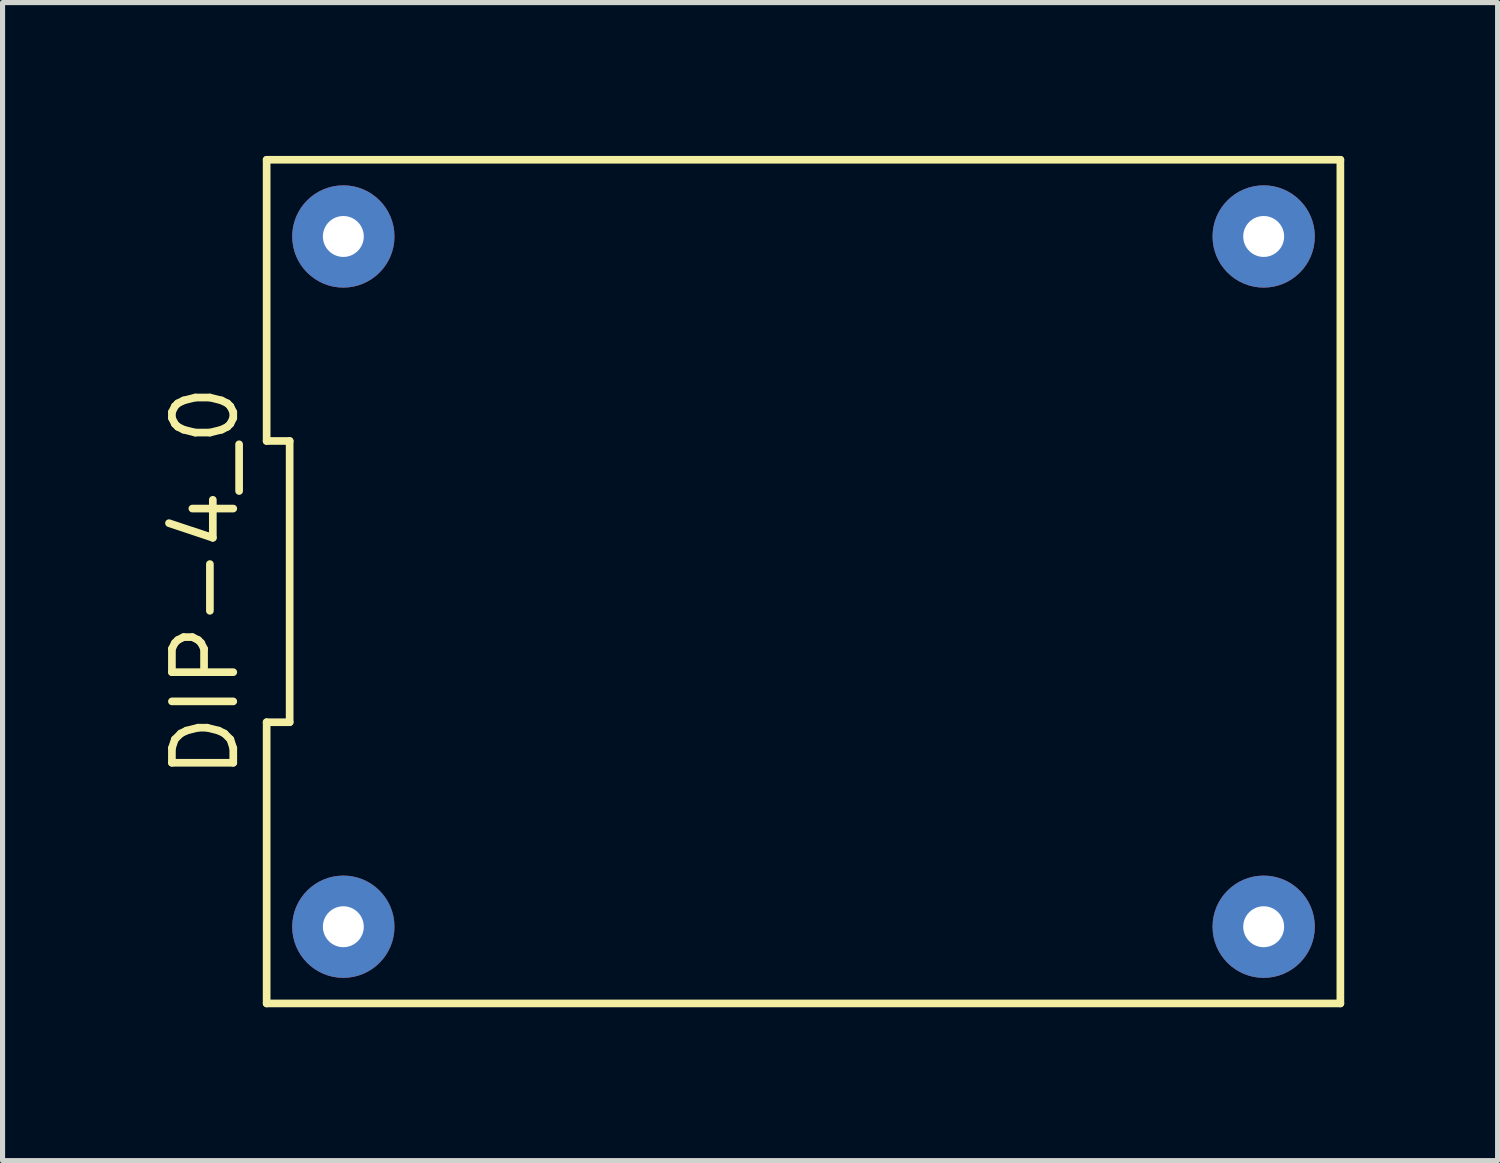
<source format=kicad_pcb>
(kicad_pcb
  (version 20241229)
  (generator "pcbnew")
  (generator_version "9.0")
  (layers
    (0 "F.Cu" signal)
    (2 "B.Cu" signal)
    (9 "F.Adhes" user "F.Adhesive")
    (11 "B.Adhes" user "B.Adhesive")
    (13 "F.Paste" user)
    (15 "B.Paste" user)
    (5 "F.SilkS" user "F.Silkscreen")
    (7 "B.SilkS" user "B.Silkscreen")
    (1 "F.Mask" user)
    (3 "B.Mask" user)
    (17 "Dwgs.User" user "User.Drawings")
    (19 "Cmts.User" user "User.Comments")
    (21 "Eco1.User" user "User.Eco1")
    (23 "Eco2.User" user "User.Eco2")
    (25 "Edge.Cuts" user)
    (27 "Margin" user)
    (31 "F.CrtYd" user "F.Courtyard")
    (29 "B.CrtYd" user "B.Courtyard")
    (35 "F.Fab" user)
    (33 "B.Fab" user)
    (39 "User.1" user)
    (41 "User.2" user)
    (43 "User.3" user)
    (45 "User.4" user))
  (footprint "DIP-4_0"
    (layer "F.Cu")
    (at 12.665 8.325)
    (property "Reference" "DIP-4_0" (at -11.7 0 90) (layer "F.SilkS") (effects (font (size 1.2 1.2) (thickness 0.15))))
    (attr through_hole)
    (fp_line (start -10.5 -8.25) (end -10.5 -2.75) (stroke (width 0.15) (type solid)) (layer "F.SilkS"))
    (fp_line (start -10.5 -2.75) (end -10.05 -2.75) (stroke (width 0.15) (type solid)) (layer "F.SilkS"))
    (fp_line (start -10.5 2.75) (end -10.5 8.25) (stroke (width 0.15) (type solid)) (layer "F.SilkS"))
    (fp_line (start -10.5 8.25) (end 10.5 8.25) (stroke (width 0.15) (type solid)) (layer "F.SilkS"))
    (fp_line (start -10.05 -2.75) (end -10.05 2.75) (stroke (width 0.15) (type solid)) (layer "F.SilkS"))
    (fp_line (start -10.05 2.75) (end -10.5 2.75) (stroke (width 0.15) (type solid)) (layer "F.SilkS"))
    (fp_line (start 10.5 -8.25) (end -10.5 -8.25) (stroke (width 0.15) (type solid)) (layer "F.SilkS"))
    (fp_line (start 10.5 8.25) (end 10.5 -8.25) (stroke (width 0.15) (type solid)) (layer "F.SilkS"))
    (pad "1" thru_hole circle (at -9 6.75) (size 2 2) (drill 0.8) (layers "*.Cu" "*.Mask"))
    (pad "2" thru_hole circle (at 9 6.75) (size 2 2) (drill 0.8) (layers "*.Cu" "*.Mask"))
    (pad "3" thru_hole circle (at 9 -6.75) (size 2 2) (drill 0.8) (layers "*.Cu" "*.Mask"))
    (pad "4" thru_hole circle (at -9 -6.75) (size 2 2) (drill 0.8) (layers "*.Cu" "*.Mask")))
  (gr_rect
    (start -3 -3)
    (end 26.24 19.65)
    (stroke (width 0.1) (type default))
    (fill no)
    (layer "Edge.Cuts")))
</source>
